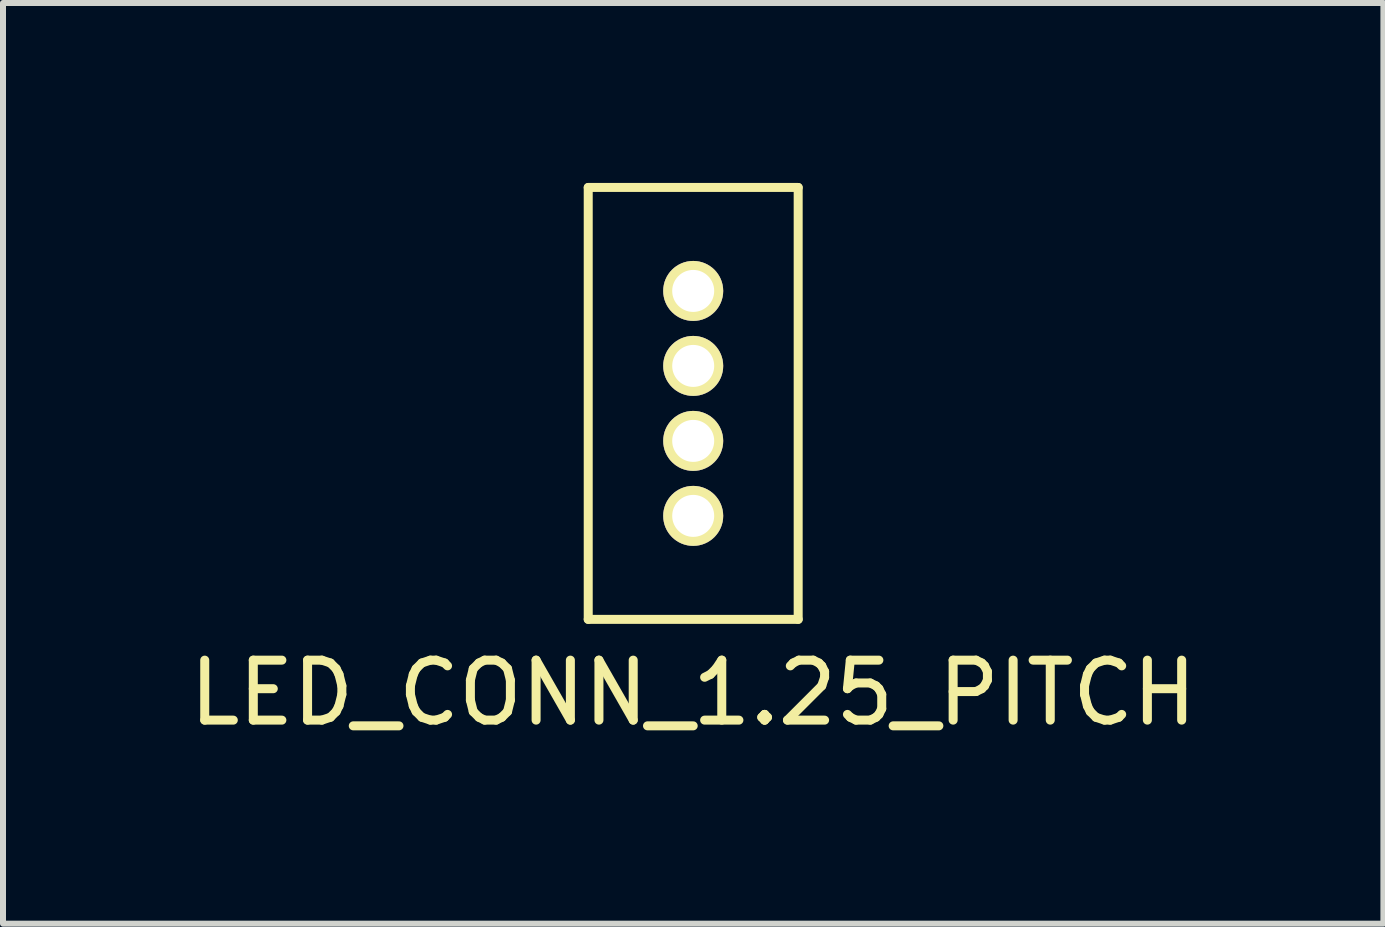
<source format=kicad_pcb>
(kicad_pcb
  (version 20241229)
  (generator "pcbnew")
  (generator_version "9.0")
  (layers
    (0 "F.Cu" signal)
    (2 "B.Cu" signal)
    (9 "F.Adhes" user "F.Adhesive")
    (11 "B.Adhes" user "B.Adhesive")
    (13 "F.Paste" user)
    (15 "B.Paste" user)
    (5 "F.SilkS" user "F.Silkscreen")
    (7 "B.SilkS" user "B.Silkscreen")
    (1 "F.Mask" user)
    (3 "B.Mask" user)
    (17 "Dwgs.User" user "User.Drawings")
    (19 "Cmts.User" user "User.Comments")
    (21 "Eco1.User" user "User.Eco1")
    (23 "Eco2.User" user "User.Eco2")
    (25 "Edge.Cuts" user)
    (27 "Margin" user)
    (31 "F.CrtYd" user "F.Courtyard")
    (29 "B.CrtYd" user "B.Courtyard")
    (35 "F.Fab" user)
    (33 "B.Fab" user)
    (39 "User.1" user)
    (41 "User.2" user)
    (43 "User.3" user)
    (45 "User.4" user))
  (footprint "LED_CONN_1.25_PITCH"
    (layer "F.Cu")
    (at 8.506 1.8)
    (property "Reference" "LED_CONN_1.25_PITCH" (at 0 6.7 180) (layer "F.SilkS") (effects (font (size 1 1) (thickness 0.15))))
    (attr through_hole)
    (fp_line (start -1.75 -1.725) (end -1.75 5.475) (stroke (width 0.15) (type solid)) (layer "F.SilkS"))
    (fp_line (start -1.75 -1.725) (end 1.75 -1.725) (stroke (width 0.15) (type solid)) (layer "F.SilkS"))
    (fp_line (start -1.75 5.475) (end 1.75 5.475) (stroke (width 0.15) (type solid)) (layer "F.SilkS"))
    (fp_line (start 1.75 -1.725) (end 1.75 5.475) (stroke (width 0.15) (type solid)) (layer "F.SilkS"))
    (pad "1" thru_hole circle (at 0 0) (size 1 1) (drill 0.7) (layers "*.Cu" "*.Mask" "F.SilkS"))
    (pad "2" thru_hole circle (at 0 1.25) (size 1 1) (drill 0.7) (layers "*.Cu" "*.Mask" "F.SilkS"))
    (pad "3" thru_hole circle (at 0 2.5) (size 1 1) (drill 0.7) (layers "*.Cu" "*.Mask" "F.SilkS"))
    (pad "4" thru_hole circle (at 0 3.75) (size 1 1) (drill 0.7) (layers "*.Cu" "*.Mask" "F.SilkS")))
  (gr_rect
    (start -3 -3)
    (end 20.012 12.348)
    (stroke (width 0.1) (type default))
    (fill no)
    (layer "Edge.Cuts")))
</source>
